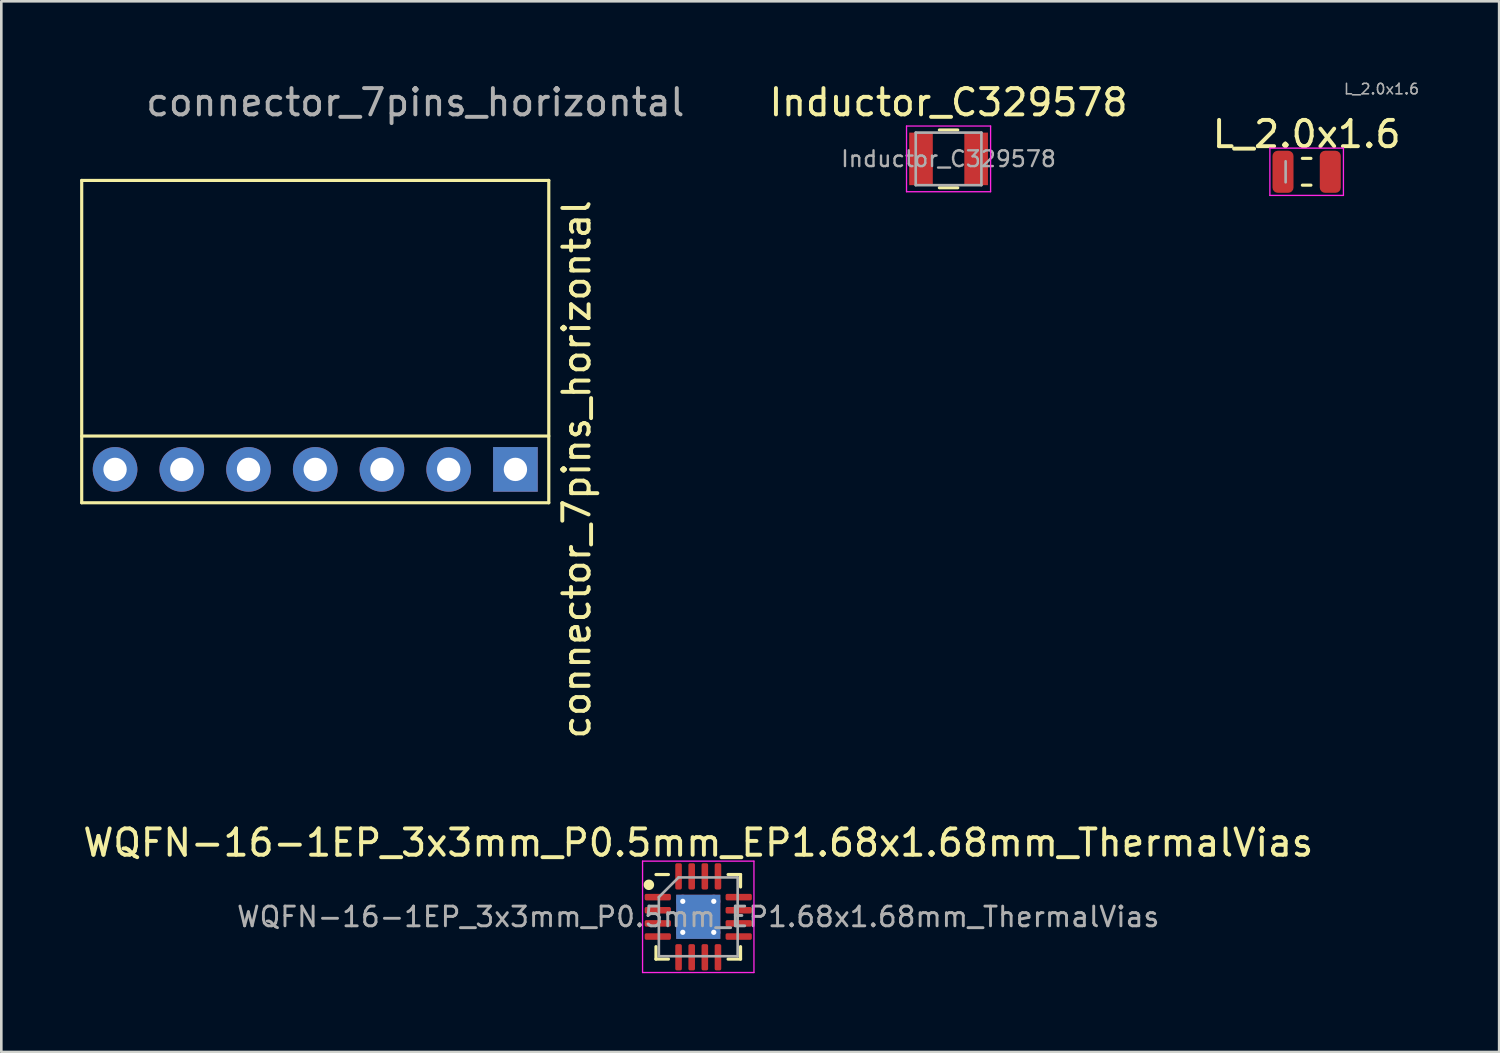
<source format=kicad_pcb>
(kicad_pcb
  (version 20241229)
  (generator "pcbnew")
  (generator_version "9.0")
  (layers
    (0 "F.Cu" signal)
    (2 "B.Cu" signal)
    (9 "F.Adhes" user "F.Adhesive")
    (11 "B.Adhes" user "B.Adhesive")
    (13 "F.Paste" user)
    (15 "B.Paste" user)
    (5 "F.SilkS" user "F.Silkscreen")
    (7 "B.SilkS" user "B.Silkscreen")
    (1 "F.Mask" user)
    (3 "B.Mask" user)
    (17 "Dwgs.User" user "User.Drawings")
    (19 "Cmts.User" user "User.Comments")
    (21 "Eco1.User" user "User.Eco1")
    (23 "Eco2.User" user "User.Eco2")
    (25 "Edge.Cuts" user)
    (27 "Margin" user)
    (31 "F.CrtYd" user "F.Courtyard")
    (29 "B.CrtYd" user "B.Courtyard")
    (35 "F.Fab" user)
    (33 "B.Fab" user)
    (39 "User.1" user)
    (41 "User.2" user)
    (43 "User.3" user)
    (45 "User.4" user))
  (footprint "connector_7pins_horizontal"
    (layer "F.Cu")
    (at 8.95 14.818)
    (property "Reference" "connector_7pins_horizontal" (at 9.95 0 270) (layer "F.SilkS") (effects (font (size 1 1) (thickness 0.15))))
    (attr through_hole)
    (fp_line (start -8.89 -11) (end -8.89 -1.33) (stroke (width 0.12) (type solid)) (layer "F.SilkS"))
    (fp_line (start -8.89 -1.27) (end -8.89 1.27) (stroke (width 0.12) (type solid)) (layer "F.SilkS"))
    (fp_line (start 8.89 -11) (end -8.89 -11) (stroke (width 0.12) (type solid)) (layer "F.SilkS"))
    (fp_line (start 8.89 -1.27) (end -8.89 -1.27) (stroke (width 0.12) (type solid)) (layer "F.SilkS"))
    (fp_line (start 8.89 1.27) (end -8.89 1.27) (stroke (width 0.12) (type solid)) (layer "F.SilkS"))
    (fp_line (start 8.89 1.27) (end 8.89 -11) (stroke (width 0.12) (type solid)) (layer "F.SilkS"))
    (fp_text user "${REFERENCE}" (at 3.81 -13.97 0) (layer "F.Fab") (effects (font (size 1 1) (thickness 0.15))))
    (pad "1" thru_hole rect (at 7.62 0) (size 1.7 1.7) (drill 0.889) (layers "*.Cu" "*.Mask"))
    (pad "2" thru_hole oval (at 5.08 0) (size 1.7 1.7) (drill 0.889) (layers "*.Cu" "*.Mask"))
    (pad "3" thru_hole oval (at 2.54 0) (size 1.7 1.7) (drill 0.889) (layers "*.Cu" "*.Mask"))
    (pad "4" thru_hole oval (at 0 0) (size 1.7 1.7) (drill 0.889) (layers "*.Cu" "*.Mask"))
    (pad "5" thru_hole oval (at -2.54 0) (size 1.7 1.7) (drill 0.889) (layers "*.Cu" "*.Mask"))
    (pad "6" thru_hole oval (at -5.08 0) (size 1.7 1.7) (drill 0.889) (layers "*.Cu" "*.Mask"))
    (pad "7" thru_hole oval (at -7.62 0) (size 1.7 1.7) (drill 0.889) (layers "*.Cu" "*.Mask")))
  (footprint "Inductor_C329578"
    (layer "F.Cu")
    (at 33.058 2.998)
    (property "Reference" "Inductor_C329578" (at 0 -2.15 0) (layer "F.SilkS") (effects (font (size 1 1) (thickness 0.15))))
    (attr smd)
    (fp_line (start -0.35 -1.1) (end 0.35 -1.1) (stroke (width 0.12) (type solid)) (layer "F.SilkS"))
    (fp_line (start -0.35 1.1) (end 0.35 1.1) (stroke (width 0.12) (type solid)) (layer "F.SilkS"))
    (fp_line (start -1.6 -1.25) (end -1.6 1.25) (stroke (width 0.05) (type solid)) (layer "F.CrtYd"))
    (fp_line (start -1.6 1.25) (end 1.6 1.25) (stroke (width 0.05) (type solid)) (layer "F.CrtYd"))
    (fp_line (start 1.6 -1.25) (end -1.6 -1.25) (stroke (width 0.05) (type solid)) (layer "F.CrtYd"))
    (fp_line (start 1.6 1.25) (end 1.6 -1.25) (stroke (width 0.05) (type solid)) (layer "F.CrtYd"))
    (fp_line (start -1.25 -1) (end -1.25 1) (stroke (width 0.1) (type solid)) (layer "F.Fab"))
    (fp_line (start -1.25 1) (end 1.25 1) (stroke (width 0.1) (type solid)) (layer "F.Fab"))
    (fp_line (start 1.25 -1) (end -1.25 -1) (stroke (width 0.1) (type solid)) (layer "F.Fab"))
    (fp_line (start 1.25 1) (end 1.25 -1) (stroke (width 0.1) (type solid)) (layer "F.Fab"))
    (fp_text user "${REFERENCE}" (at 0 0 0) (layer "F.Fab") (effects (font (size 0.6 0.6) (thickness 0.09))))
    (pad "1" smd rect (at -1.05 0) (size 0.9 2) (layers "F.Cu" "F.Mask" "F.Paste"))
    (pad "2" smd rect (at 1.05 0) (size 0.9 2) (layers "F.Cu" "F.Mask" "F.Paste")))
  (footprint "L_2.0x1.6"
    (layer "F.Cu")
    (at 46.689 3.489)
    (property "Reference" "L_2.0x1.6" (at 0 -1.43 0) (layer "F.SilkS") (effects (font (size 1 1) (thickness 0.15))))
    (attr smd)
    (fp_line (start -0.163 -0.51) (end 0.163 -0.51) (stroke (width 0.12) (type solid)) (layer "F.SilkS"))
    (fp_line (start -0.163 0.51) (end 0.163 0.51) (stroke (width 0.12) (type solid)) (layer "F.SilkS"))
    (fp_line (start -1.4 -0.9) (end 1.4 -0.9) (stroke (width 0.05) (type solid)) (layer "F.CrtYd"))
    (fp_line (start -1.4 0.9) (end -1.4 -0.9) (stroke (width 0.05) (type solid)) (layer "F.CrtYd"))
    (fp_line (start 1.4 -0.9) (end 1.4 0.9) (stroke (width 0.05) (type solid)) (layer "F.CrtYd"))
    (fp_line (start 1.4 0.9) (end -1.4 0.9) (stroke (width 0.05) (type solid)) (layer "F.CrtYd"))
    (fp_line (start -0.8 0.4) (end -0.8 -0.4) (stroke (width 0.1) (type solid)) (layer "F.Fab"))
    (fp_text user "${REFERENCE}" (at 2.85 -3.15 0) (layer "F.Fab") (effects (font (size 0.4 0.4) (thickness 0.06))))
    (pad "1" smd roundrect (at -0.9 0) (size 0.8 1.6) (layers "F.Cu" "F.Mask" "F.Paste") (roundrect_rratio 0.25))
    (pad "2" smd roundrect (at 0.9 0) (size 0.8 1.6) (layers "F.Cu" "F.Mask" "F.Paste") (roundrect_rratio 0.25)))
  (footprint "WQFN-16-1EP_3x3mm_P0.5mm_EP1.68x1.68mm_ThermalVias"
    (layer "F.Cu")
    (at 23.53 31.85)
    (property "Reference" "WQFN-16-1EP_3x3mm_P0.5mm_EP1.68x1.68mm_ThermalVias" (at 0 -2.82 0) (layer "F.SilkS") (effects (font (size 1 1) (thickness 0.15))))
    (attr smd)
    (fp_line (start -1.61 1.61) (end -1.61 1.135) (stroke (width 0.12) (type solid)) (layer "F.SilkS"))
    (fp_line (start -1.135 -1.61) (end -1.61 -1.61) (stroke (width 0.12) (type solid)) (layer "F.SilkS"))
    (fp_line (start -1.135 1.61) (end -1.61 1.61) (stroke (width 0.12) (type solid)) (layer "F.SilkS"))
    (fp_line (start 1.135 -1.61) (end 1.61 -1.61) (stroke (width 0.12) (type solid)) (layer "F.SilkS"))
    (fp_line (start 1.135 1.61) (end 1.61 1.61) (stroke (width 0.12) (type solid)) (layer "F.SilkS"))
    (fp_line (start 1.61 -1.61) (end 1.61 -1.135) (stroke (width 0.12) (type solid)) (layer "F.SilkS"))
    (fp_line (start 1.61 1.61) (end 1.61 1.135) (stroke (width 0.12) (type solid)) (layer "F.SilkS"))
    (fp_circle (center -1.88 -1.219) (end -1.73 -1.219) (stroke (width 0.1) (type solid)) (fill yes) (layer "F.SilkS"))
    (fp_line (start -2.12 -2.12) (end -2.12 2.12) (stroke (width 0.05) (type solid)) (layer "F.CrtYd"))
    (fp_line (start -2.12 2.12) (end 2.12 2.12) (stroke (width 0.05) (type solid)) (layer "F.CrtYd"))
    (fp_line (start 2.12 -2.12) (end -2.12 -2.12) (stroke (width 0.05) (type solid)) (layer "F.CrtYd"))
    (fp_line (start 2.12 2.12) (end 2.12 -2.12) (stroke (width 0.05) (type solid)) (layer "F.CrtYd"))
    (fp_line (start -1.5 -0.75) (end -0.75 -1.5) (stroke (width 0.1) (type solid)) (layer "F.Fab"))
    (fp_line (start -1.5 1.5) (end -1.5 -0.75) (stroke (width 0.1) (type solid)) (layer "F.Fab"))
    (fp_line (start -0.75 -1.5) (end 1.5 -1.5) (stroke (width 0.1) (type solid)) (layer "F.Fab"))
    (fp_line (start 1.5 -1.5) (end 1.5 1.5) (stroke (width 0.1) (type solid)) (layer "F.Fab"))
    (fp_line (start 1.5 1.5) (end -1.5 1.5) (stroke (width 0.1) (type solid)) (layer "F.Fab"))
    (fp_text user "${REFERENCE}" (at 0 0 0) (layer "F.Fab") (effects (font (size 0.75 0.75) (thickness 0.11))))
    (pad "" smd roundrect (at -0.42 -0.42) (size 0.73 0.73) (layers "F.Paste") (roundrect_rratio 0.25))
    (pad "" smd roundrect (at -0.42 0.42) (size 0.73 0.73) (layers "F.Paste") (roundrect_rratio 0.25))
    (pad "" smd roundrect (at 0.42 -0.42) (size 0.73 0.73) (layers "F.Paste") (roundrect_rratio 0.25))
    (pad "" smd roundrect (at 0.42 0.42) (size 0.73 0.73) (layers "F.Paste") (roundrect_rratio 0.25))
    (pad "1" smd roundrect (at -1.54 -0.75) (size 1 0.25) (layers "F.Cu" "F.Mask" "F.Paste") (roundrect_rratio 0.25))
    (pad "2" smd roundrect (at -1.54 -0.25) (size 1 0.25) (layers "F.Cu" "F.Mask" "F.Paste") (roundrect_rratio 0.25))
    (pad "3" smd roundrect (at -1.54 0.25) (size 1 0.25) (layers "F.Cu" "F.Mask" "F.Paste") (roundrect_rratio 0.25))
    (pad "4" smd roundrect (at -1.54 0.75) (size 1 0.25) (layers "F.Cu" "F.Mask" "F.Paste") (roundrect_rratio 0.25))
    (pad "5" smd roundrect (at -0.75 1.54) (size 0.25 1) (layers "F.Cu" "F.Mask" "F.Paste") (roundrect_rratio 0.25))
    (pad "6" smd roundrect (at -0.25 1.54) (size 0.25 1) (layers "F.Cu" "F.Mask" "F.Paste") (roundrect_rratio 0.25))
    (pad "7" smd roundrect (at 0.25 1.54) (size 0.25 1) (layers "F.Cu" "F.Mask" "F.Paste") (roundrect_rratio 0.25))
    (pad "8" smd roundrect (at 0.75 1.54) (size 0.25 1) (layers "F.Cu" "F.Mask" "F.Paste") (roundrect_rratio 0.25))
    (pad "9" smd roundrect (at 1.54 0.75) (size 1 0.25) (layers "F.Cu" "F.Mask" "F.Paste") (roundrect_rratio 0.25))
    (pad "10" smd roundrect (at 1.54 0.25) (size 1 0.25) (layers "F.Cu" "F.Mask" "F.Paste") (roundrect_rratio 0.25))
    (pad "11" smd roundrect (at 1.54 -0.25) (size 1 0.25) (layers "F.Cu" "F.Mask" "F.Paste") (roundrect_rratio 0.25))
    (pad "12" smd roundrect (at 1.54 -0.75) (size 1 0.25) (layers "F.Cu" "F.Mask" "F.Paste") (roundrect_rratio 0.25))
    (pad "13" smd roundrect (at 0.75 -1.54) (size 0.25 1) (layers "F.Cu" "F.Mask" "F.Paste") (roundrect_rratio 0.25))
    (pad "14" smd roundrect (at 0.25 -1.54) (size 0.25 1) (layers "F.Cu" "F.Mask" "F.Paste") (roundrect_rratio 0.25))
    (pad "15" smd roundrect (at -0.25 -1.54) (size 0.25 1) (layers "F.Cu" "F.Mask" "F.Paste") (roundrect_rratio 0.25))
    (pad "16" smd roundrect (at -0.75 -1.54) (size 0.25 1) (layers "F.Cu" "F.Mask" "F.Paste") (roundrect_rratio 0.25))
    (pad "17" thru_hole circle (at -0.59 -0.59) (size 0.5 0.5) (drill 0.2) (layers "*.Cu"))
    (pad "17" thru_hole circle (at -0.59 0.59) (size 0.5 0.5) (drill 0.2) (layers "*.Cu"))
    (pad "17" smd rect (at 0 0) (size 1.68 1.68) (layers "F.Cu" "F.Mask"))
    (pad "17" smd rect (at 0 0) (size 1.68 1.68) (layers "B.Cu"))
    (pad "17" thru_hole circle (at 0.59 -0.59) (size 0.5 0.5) (drill 0.2) (layers "*.Cu"))
    (pad "17" thru_hole circle (at 0.59 0.59) (size 0.5 0.5) (drill 0.2) (layers "*.Cu")))
  (gr_rect
    (start -3 -3)
    (end 54.017 36.995)
    (stroke (width 0.1) (type default))
    (fill no)
    (layer "Edge.Cuts")))
</source>
